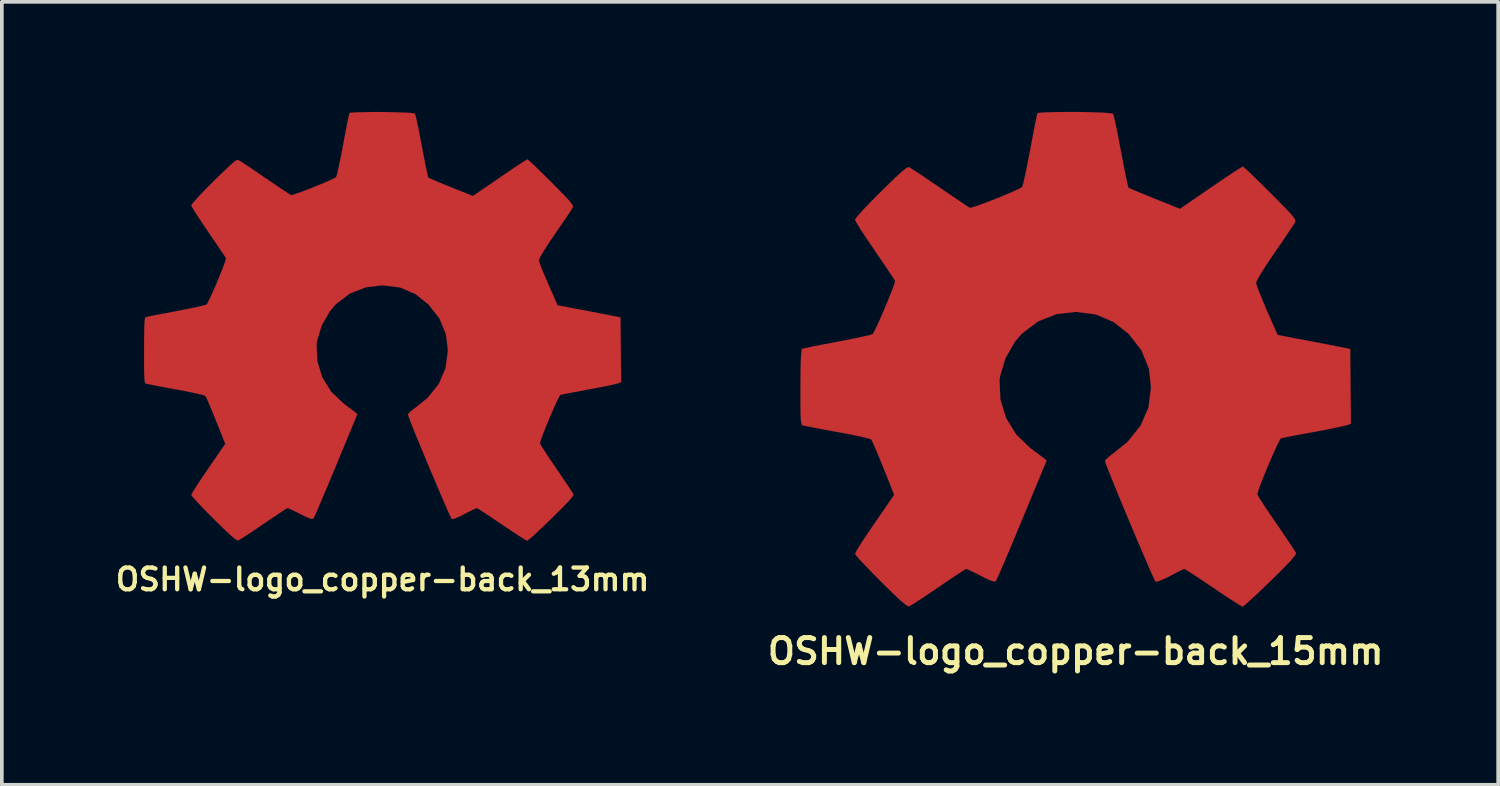
<source format=kicad_pcb>
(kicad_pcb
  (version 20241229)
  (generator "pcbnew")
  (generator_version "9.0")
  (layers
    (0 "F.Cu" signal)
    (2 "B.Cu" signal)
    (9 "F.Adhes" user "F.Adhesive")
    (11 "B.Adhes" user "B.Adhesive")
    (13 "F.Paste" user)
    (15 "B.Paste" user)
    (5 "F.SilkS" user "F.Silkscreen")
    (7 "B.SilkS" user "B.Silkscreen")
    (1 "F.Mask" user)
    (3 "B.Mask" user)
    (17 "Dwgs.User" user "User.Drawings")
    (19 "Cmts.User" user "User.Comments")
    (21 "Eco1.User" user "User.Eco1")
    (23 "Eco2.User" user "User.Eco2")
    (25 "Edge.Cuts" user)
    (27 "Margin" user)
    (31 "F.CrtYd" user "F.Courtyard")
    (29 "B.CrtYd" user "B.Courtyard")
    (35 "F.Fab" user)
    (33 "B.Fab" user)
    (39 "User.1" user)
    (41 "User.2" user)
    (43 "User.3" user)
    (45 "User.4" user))
  (footprint "OSHW-logo_copper-back_15mm"
    (layer "F.Cu")
    (at 26.258 6.74)
    (property "Reference" "OSHW-logo_copper-back_15mm" (at 0 7.955 0) (layer "F.SilkS") (effects (font (size 0.683 0.683) (thickness 0.135))))
    (attr through_hole)
    (fp_poly (pts (xy 4.547 6.739) (xy 4.468 6.695) (xy 4.293 6.586) (xy 4.041 6.421) (xy 3.747 6.223) (xy 3.449 6.022) (xy 3.205 5.86) (xy 3.033 5.751) (xy 2.962 5.71) (xy 2.924 5.723) (xy 2.781 5.791) (xy 2.578 5.898) (xy 2.459 5.959) (xy 2.271 6.04) (xy 2.177 6.058) (xy 2.162 6.032) (xy 2.093 5.888) (xy 1.984 5.641) (xy 1.844 5.316) (xy 1.681 4.935) (xy 1.509 4.526) (xy 1.333 4.107) (xy 1.168 3.708) (xy 1.021 3.348) (xy 0.904 3.056) (xy 0.826 2.855) (xy 0.798 2.766) (xy 0.805 2.748) (xy 0.899 2.657) (xy 1.064 2.532) (xy 1.417 2.245) (xy 1.768 1.808) (xy 1.984 1.311) (xy 2.052 0.759) (xy 1.994 0.249) (xy 1.791 -0.246) (xy 1.45 -0.688) (xy 1.034 -1.016) (xy 0.546 -1.224) (xy 0 -1.293) (xy -0.523 -1.232) (xy -1.026 -1.034) (xy -1.468 -0.699) (xy -1.654 -0.483) (xy -1.913 -0.033) (xy -2.057 0.447) (xy -2.075 0.569) (xy -2.052 1.095) (xy -1.897 1.6) (xy -1.618 2.052) (xy -1.232 2.423) (xy -1.184 2.456) (xy -1.006 2.591) (xy -0.884 2.682) (xy -0.792 2.758) (xy -1.463 4.374) (xy -1.57 4.63) (xy -1.753 5.072) (xy -1.915 5.453) (xy -2.045 5.756) (xy -2.134 5.956) (xy -2.174 6.038) (xy -2.177 6.043) (xy -2.235 6.053) (xy -2.36 6.01) (xy -2.586 5.898) (xy -2.733 5.822) (xy -2.906 5.74) (xy -2.982 5.71) (xy -3.048 5.745) (xy -3.213 5.852) (xy -3.452 6.012) (xy -3.741 6.208) (xy -4.016 6.396) (xy -4.27 6.563) (xy -4.455 6.68) (xy -4.542 6.728) (xy -4.557 6.728) (xy -4.638 6.683) (xy -4.78 6.563) (xy -5.001 6.355) (xy -5.314 6.048) (xy -5.359 6.002) (xy -5.616 5.74) (xy -5.824 5.522) (xy -5.964 5.367) (xy -6.012 5.296) (xy -5.966 5.207) (xy -5.852 5.024) (xy -5.685 4.768) (xy -5.479 4.468) (xy -4.945 3.691) (xy -5.237 2.959) (xy -5.329 2.733) (xy -5.443 2.461) (xy -5.527 2.268) (xy -5.57 2.182) (xy -5.652 2.154) (xy -5.852 2.106) (xy -6.142 2.045) (xy -6.49 1.981) (xy -6.82 1.92) (xy -7.12 1.864) (xy -7.336 1.821) (xy -7.432 1.803) (xy -7.455 1.788) (xy -7.475 1.742) (xy -7.488 1.641) (xy -7.496 1.458) (xy -7.498 1.173) (xy -7.498 0.759) (xy -7.498 0.714) (xy -7.496 0.32) (xy -7.488 0.005) (xy -7.475 -0.201) (xy -7.463 -0.282) (xy -7.369 -0.305) (xy -7.158 -0.351) (xy -6.861 -0.409) (xy -6.502 -0.475) (xy -6.482 -0.48) (xy -6.126 -0.549) (xy -5.829 -0.612) (xy -5.621 -0.658) (xy -5.535 -0.686) (xy -5.514 -0.711) (xy -5.443 -0.851) (xy -5.342 -1.069) (xy -5.225 -1.339) (xy -5.108 -1.618) (xy -5.009 -1.867) (xy -4.94 -2.055) (xy -4.92 -2.139) (xy -4.923 -2.141) (xy -4.976 -2.228) (xy -5.098 -2.41) (xy -5.271 -2.664) (xy -5.476 -2.967) (xy -5.491 -2.99) (xy -5.695 -3.289) (xy -5.862 -3.543) (xy -5.972 -3.724) (xy -6.012 -3.805) (xy -6.012 -3.81) (xy -5.944 -3.901) (xy -5.791 -4.072) (xy -5.573 -4.3) (xy -5.311 -4.564) (xy -5.227 -4.646) (xy -4.935 -4.93) (xy -4.732 -5.116) (xy -4.608 -5.217) (xy -4.547 -5.237) (xy -4.544 -5.237) (xy -4.455 -5.182) (xy -4.265 -5.06) (xy -4.008 -4.884) (xy -3.703 -4.679) (xy -3.683 -4.663) (xy -3.383 -4.46) (xy -3.132 -4.29) (xy -2.957 -4.173) (xy -2.878 -4.128) (xy -2.865 -4.128) (xy -2.743 -4.163) (xy -2.53 -4.237) (xy -2.268 -4.338) (xy -1.989 -4.45) (xy -1.737 -4.557) (xy -1.549 -4.643) (xy -1.46 -4.694) (xy -1.458 -4.696) (xy -1.425 -4.806) (xy -1.374 -5.029) (xy -1.311 -5.339) (xy -1.24 -5.705) (xy -1.229 -5.763) (xy -1.161 -6.121) (xy -1.105 -6.416) (xy -1.062 -6.622) (xy -1.041 -6.706) (xy -0.991 -6.716) (xy -0.815 -6.728) (xy -0.549 -6.736) (xy -0.226 -6.739) (xy 0.114 -6.739) (xy 0.445 -6.731) (xy 0.729 -6.721) (xy 0.93 -6.706) (xy 1.016 -6.69) (xy 1.019 -6.685) (xy 1.049 -6.574) (xy 1.1 -6.35) (xy 1.163 -6.038) (xy 1.232 -5.672) (xy 1.245 -5.606) (xy 1.313 -5.25) (xy 1.372 -4.958) (xy 1.415 -4.755) (xy 1.438 -4.676) (xy 1.471 -4.661) (xy 1.618 -4.595) (xy 1.857 -4.496) (xy 2.151 -4.376) (xy 2.84 -4.1) (xy 3.68 -4.676) (xy 3.757 -4.729) (xy 4.061 -4.935) (xy 4.31 -5.1) (xy 4.483 -5.212) (xy 4.554 -5.253) (xy 4.559 -5.25) (xy 4.643 -5.177) (xy 4.811 -5.019) (xy 5.037 -4.798) (xy 5.304 -4.534) (xy 5.499 -4.338) (xy 5.73 -4.102) (xy 5.878 -3.942) (xy 5.959 -3.84) (xy 5.987 -3.78) (xy 5.979 -3.739) (xy 5.926 -3.653) (xy 5.801 -3.467) (xy 5.629 -3.211) (xy 5.423 -2.913) (xy 5.255 -2.664) (xy 5.072 -2.383) (xy 4.953 -2.179) (xy 4.912 -2.083) (xy 4.923 -2.042) (xy 4.981 -1.877) (xy 5.083 -1.628) (xy 5.207 -1.331) (xy 5.502 -0.665) (xy 5.939 -0.579) (xy 6.203 -0.531) (xy 6.571 -0.46) (xy 6.927 -0.391) (xy 7.48 -0.282) (xy 7.498 1.75) (xy 7.414 1.788) (xy 7.333 1.808) (xy 7.127 1.854) (xy 6.835 1.913) (xy 6.49 1.979) (xy 6.195 2.032) (xy 5.898 2.088) (xy 5.687 2.131) (xy 5.593 2.151) (xy 5.568 2.182) (xy 5.494 2.327) (xy 5.39 2.553) (xy 5.271 2.827) (xy 5.151 3.114) (xy 5.047 3.376) (xy 4.976 3.574) (xy 4.948 3.678) (xy 4.989 3.757) (xy 5.1 3.932) (xy 5.263 4.178) (xy 5.466 4.473) (xy 5.667 4.768) (xy 5.837 5.019) (xy 5.956 5.202) (xy 6.005 5.283) (xy 5.979 5.339) (xy 5.862 5.481) (xy 5.639 5.712) (xy 5.309 6.04) (xy 5.255 6.091) (xy 4.991 6.345) (xy 4.77 6.548) (xy 4.615 6.688) (xy 4.547 6.739)) (stroke (width 0.003) (type solid)) (fill yes) (layer "F.Cu")))
  (footprint "OSHW-logo_copper-back_13mm"
    (layer "F.Cu")
    (at 7.373 5.843)
    (property "Reference" "OSHW-logo_copper-back_13mm" (at 0 6.894 0) (layer "F.SilkS") (effects (font (size 0.592 0.592) (thickness 0.117))))
    (attr through_hole)
    (fp_poly (pts (xy 3.94 5.839) (xy 3.871 5.804) (xy 3.719 5.707) (xy 3.503 5.565) (xy 3.246 5.392) (xy 2.99 5.22) (xy 2.776 5.077) (xy 2.629 4.983) (xy 2.568 4.948) (xy 2.535 4.961) (xy 2.41 5.019) (xy 2.233 5.11) (xy 2.131 5.164) (xy 1.968 5.235) (xy 1.887 5.25) (xy 1.875 5.227) (xy 1.814 5.103) (xy 1.72 4.889) (xy 1.598 4.608) (xy 1.458 4.277) (xy 1.306 3.922) (xy 1.156 3.559) (xy 1.011 3.213) (xy 0.884 2.903) (xy 0.782 2.649) (xy 0.716 2.474) (xy 0.691 2.398) (xy 0.699 2.383) (xy 0.78 2.301) (xy 0.922 2.195) (xy 1.229 1.946) (xy 1.534 1.567) (xy 1.717 1.135) (xy 1.781 0.658) (xy 1.727 0.213) (xy 1.552 -0.213) (xy 1.255 -0.594) (xy 0.897 -0.881) (xy 0.475 -1.062) (xy 0 -1.12) (xy -0.452 -1.067) (xy -0.889 -0.897) (xy -1.273 -0.605) (xy -1.433 -0.417) (xy -1.656 -0.03) (xy -1.783 0.386) (xy -1.798 0.493) (xy -1.778 0.95) (xy -1.643 1.387) (xy -1.402 1.778) (xy -1.067 2.098) (xy -1.026 2.129) (xy -0.871 2.245) (xy -0.767 2.324) (xy -0.686 2.39) (xy -1.267 3.79) (xy -1.359 4.013) (xy -1.519 4.397) (xy -1.659 4.724) (xy -1.77 4.989) (xy -1.849 5.164) (xy -1.885 5.232) (xy -1.887 5.237) (xy -1.938 5.245) (xy -2.045 5.207) (xy -2.24 5.113) (xy -2.37 5.047) (xy -2.517 4.976) (xy -2.586 4.948) (xy -2.642 4.978) (xy -2.784 5.072) (xy -2.992 5.21) (xy -3.244 5.38) (xy -3.48 5.542) (xy -3.701 5.687) (xy -3.861 5.789) (xy -3.937 5.832) (xy -3.95 5.832) (xy -4.018 5.791) (xy -4.143 5.687) (xy -4.333 5.507) (xy -4.605 5.24) (xy -4.646 5.199) (xy -4.867 4.976) (xy -5.047 4.785) (xy -5.169 4.651) (xy -5.212 4.59) (xy -5.171 4.514) (xy -5.07 4.354) (xy -4.925 4.133) (xy -4.747 3.871) (xy -4.285 3.198) (xy -4.539 2.563) (xy -4.618 2.37) (xy -4.717 2.134) (xy -4.79 1.963) (xy -4.829 1.892) (xy -4.897 1.867) (xy -5.072 1.826) (xy -5.324 1.773) (xy -5.624 1.717) (xy -5.911 1.664) (xy -6.17 1.615) (xy -6.358 1.577) (xy -6.441 1.562) (xy -6.462 1.549) (xy -6.477 1.509) (xy -6.487 1.422) (xy -6.495 1.265) (xy -6.497 1.016) (xy -6.497 0.658) (xy -6.497 0.62) (xy -6.495 0.277) (xy -6.49 0.005) (xy -6.48 -0.173) (xy -6.467 -0.244) (xy -6.467 -0.246) (xy -6.386 -0.264) (xy -6.203 -0.305) (xy -5.946 -0.353) (xy -5.636 -0.411) (xy -5.618 -0.417) (xy -5.309 -0.475) (xy -5.052 -0.528) (xy -4.872 -0.572) (xy -4.796 -0.594) (xy -4.78 -0.617) (xy -4.717 -0.737) (xy -4.63 -0.927) (xy -4.526 -1.161) (xy -4.427 -1.402) (xy -4.341 -1.618) (xy -4.282 -1.781) (xy -4.265 -1.854) (xy -4.265 -1.857) (xy -4.31 -1.93) (xy -4.417 -2.088) (xy -4.567 -2.309) (xy -4.747 -2.57) (xy -4.76 -2.591) (xy -4.935 -2.852) (xy -5.08 -3.071) (xy -5.177 -3.228) (xy -5.212 -3.297) (xy -5.21 -3.302) (xy -5.151 -3.381) (xy -5.019 -3.528) (xy -4.831 -3.726) (xy -4.602 -3.955) (xy -4.531 -4.026) (xy -4.277 -4.272) (xy -4.102 -4.435) (xy -3.993 -4.521) (xy -3.94 -4.539) (xy -3.861 -4.491) (xy -3.696 -4.384) (xy -3.472 -4.234) (xy -3.211 -4.054) (xy -3.19 -4.041) (xy -2.931 -3.866) (xy -2.715 -3.719) (xy -2.56 -3.617) (xy -2.494 -3.576) (xy -2.482 -3.576) (xy -2.377 -3.607) (xy -2.192 -3.673) (xy -1.963 -3.759) (xy -1.725 -3.856) (xy -1.506 -3.947) (xy -1.341 -4.023) (xy -1.265 -4.067) (xy -1.262 -4.072) (xy -1.234 -4.163) (xy -1.191 -4.359) (xy -1.135 -4.625) (xy -1.074 -4.945) (xy -1.064 -4.996) (xy -1.006 -5.306) (xy -0.958 -5.56) (xy -0.919 -5.738) (xy -0.902 -5.812) (xy -0.859 -5.822) (xy -0.706 -5.832) (xy -0.475 -5.837) (xy -0.196 -5.842) (xy 0.099 -5.839) (xy 0.386 -5.832) (xy 0.632 -5.824) (xy 0.808 -5.812) (xy 0.879 -5.796) (xy 0.884 -5.794) (xy 0.909 -5.697) (xy 0.953 -5.502) (xy 1.008 -5.232) (xy 1.067 -4.915) (xy 1.079 -4.859) (xy 1.138 -4.549) (xy 1.189 -4.295) (xy 1.227 -4.122) (xy 1.247 -4.054) (xy 1.273 -4.039) (xy 1.402 -3.983) (xy 1.608 -3.896) (xy 1.864 -3.792) (xy 2.461 -3.553) (xy 3.19 -4.051) (xy 3.256 -4.097) (xy 3.518 -4.275) (xy 3.734 -4.42) (xy 3.886 -4.516) (xy 3.947 -4.552) (xy 3.952 -4.549) (xy 4.023 -4.486) (xy 4.168 -4.351) (xy 4.366 -4.158) (xy 4.597 -3.929) (xy 4.765 -3.759) (xy 4.966 -3.553) (xy 5.095 -3.416) (xy 5.164 -3.327) (xy 5.189 -3.274) (xy 5.182 -3.239) (xy 5.136 -3.165) (xy 5.029 -3.005) (xy 4.877 -2.784) (xy 4.702 -2.525) (xy 4.554 -2.309) (xy 4.397 -2.065) (xy 4.293 -1.89) (xy 4.257 -1.803) (xy 4.267 -1.768) (xy 4.315 -1.626) (xy 4.404 -1.41) (xy 4.514 -1.153) (xy 4.768 -0.577) (xy 5.146 -0.503) (xy 5.375 -0.46) (xy 5.695 -0.399) (xy 6.005 -0.338) (xy 6.482 -0.246) (xy 6.5 1.516) (xy 6.426 1.549) (xy 6.355 1.567) (xy 6.177 1.608) (xy 5.923 1.659) (xy 5.624 1.714) (xy 5.37 1.763) (xy 5.113 1.811) (xy 4.928 1.847) (xy 4.846 1.864) (xy 4.826 1.892) (xy 4.76 2.017) (xy 4.671 2.212) (xy 4.567 2.451) (xy 4.465 2.697) (xy 4.374 2.924) (xy 4.31 3.099) (xy 4.288 3.188) (xy 4.323 3.256) (xy 4.42 3.406) (xy 4.562 3.622) (xy 4.737 3.876) (xy 4.91 4.133) (xy 5.057 4.351) (xy 5.161 4.508) (xy 5.204 4.58) (xy 5.182 4.628) (xy 5.08 4.752) (xy 4.887 4.95) (xy 4.602 5.235) (xy 4.554 5.281) (xy 4.326 5.499) (xy 4.135 5.677) (xy 4 5.796) (xy 3.94 5.839)) (stroke (width 0.003) (type solid)) (fill yes) (layer "F.Cu")))
  (gr_rect
    (start -3 -3)
    (end 37.769 18.331)
    (stroke (width 0.1) (type default))
    (fill no)
    (layer "Edge.Cuts")))
</source>
